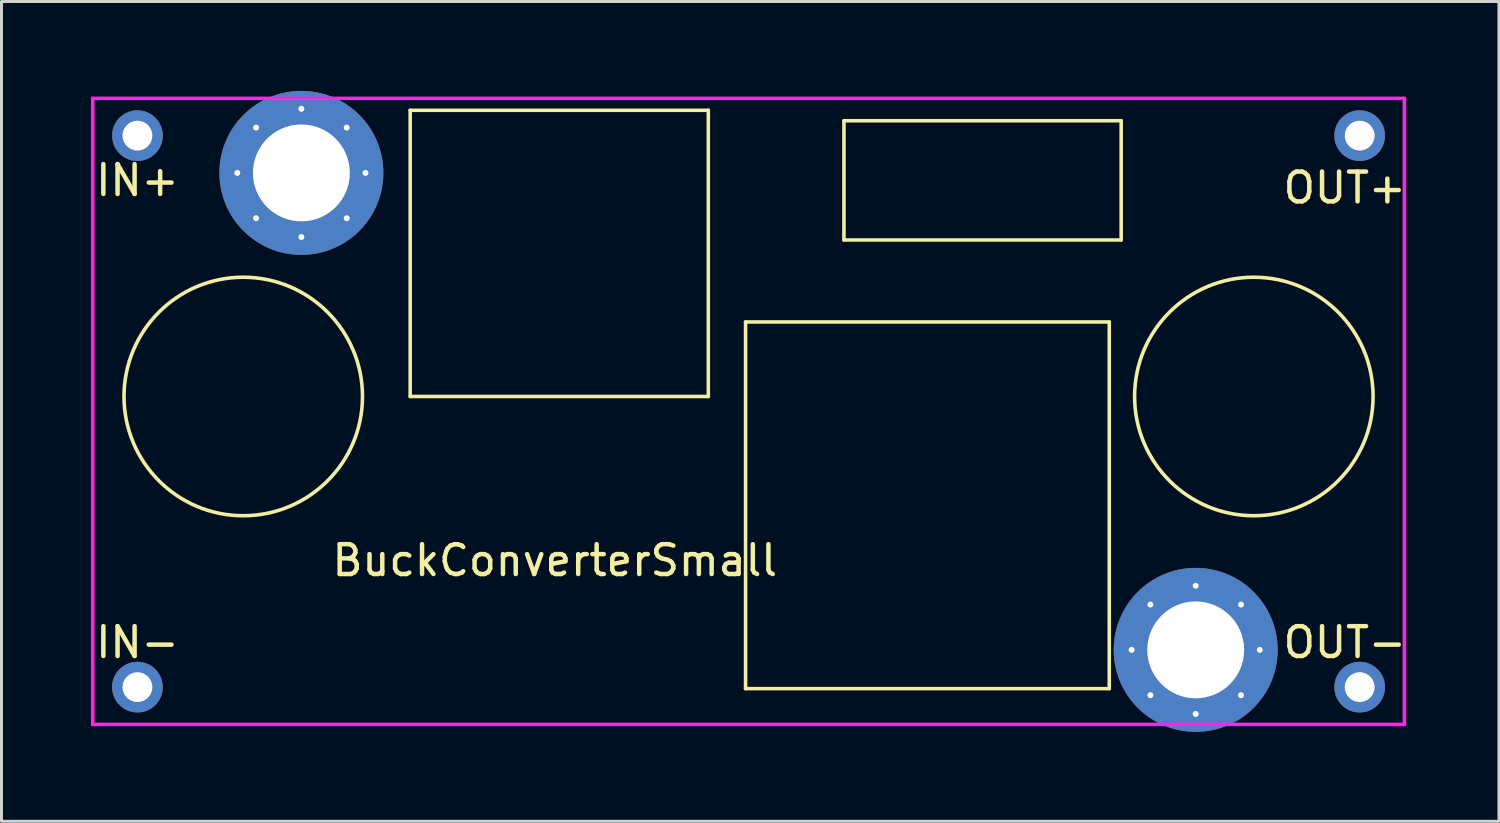
<source format=kicad_pcb>
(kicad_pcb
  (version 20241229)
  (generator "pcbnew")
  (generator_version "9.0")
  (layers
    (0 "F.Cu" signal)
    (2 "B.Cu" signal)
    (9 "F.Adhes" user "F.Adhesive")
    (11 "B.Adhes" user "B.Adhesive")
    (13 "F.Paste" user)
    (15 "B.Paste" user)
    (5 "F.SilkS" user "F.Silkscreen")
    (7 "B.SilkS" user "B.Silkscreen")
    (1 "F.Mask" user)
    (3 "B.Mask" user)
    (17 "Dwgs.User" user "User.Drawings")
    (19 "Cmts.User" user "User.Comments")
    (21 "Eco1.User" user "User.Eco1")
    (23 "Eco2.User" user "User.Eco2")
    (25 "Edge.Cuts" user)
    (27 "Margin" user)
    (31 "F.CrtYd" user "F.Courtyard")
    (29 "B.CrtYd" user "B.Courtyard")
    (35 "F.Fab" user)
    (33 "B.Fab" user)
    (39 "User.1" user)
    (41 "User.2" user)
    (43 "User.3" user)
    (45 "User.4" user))
  (footprint "BuckConverterSmall"
    (layer "F.Cu")
    (at 22.06 10.75)
    (property "Reference" "BuckConverterSmall" (at -6.5 5 0) (layer "F.SilkS") (effects (font (size 1 1) (thickness 0.15))))
    (attr through_hole)
    (fp_line (start -11.35 -10.1) (end -1.35 -10.1) (stroke (width 0.12) (type solid)) (layer "F.SilkS"))
    (fp_line (start -11.35 -0.5) (end -11.35 -10.1) (stroke (width 0.12) (type solid)) (layer "F.SilkS"))
    (fp_line (start -1.35 -10.1) (end -1.35 -0.5) (stroke (width 0.12) (type solid)) (layer "F.SilkS"))
    (fp_line (start -1.35 -0.5) (end -11.35 -0.5) (stroke (width 0.12) (type solid)) (layer "F.SilkS"))
    (fp_line (start -0.1 -3) (end 12.1 -3) (stroke (width 0.12) (type solid)) (layer "F.SilkS"))
    (fp_line (start -0.1 9.3) (end -0.1 -3) (stroke (width 0.12) (type solid)) (layer "F.SilkS"))
    (fp_line (start 3.2 -9.75) (end 12.5 -9.75) (stroke (width 0.12) (type solid)) (layer "F.SilkS"))
    (fp_line (start 3.2 -5.75) (end 3.2 -9.75) (stroke (width 0.12) (type solid)) (layer "F.SilkS"))
    (fp_line (start 12.1 -3) (end 12.1 9.3) (stroke (width 0.12) (type solid)) (layer "F.SilkS"))
    (fp_line (start 12.1 9.3) (end -0.1 9.3) (stroke (width 0.12) (type solid)) (layer "F.SilkS"))
    (fp_line (start 12.5 -9.75) (end 12.5 -5.75) (stroke (width 0.12) (type solid)) (layer "F.SilkS"))
    (fp_line (start 12.5 -5.75) (end 3.2 -5.75) (stroke (width 0.12) (type solid)) (layer "F.SilkS"))
    (fp_circle (center -16.95 -0.5) (end -16.95 3.5) (stroke (width 0.12) (type solid)) (fill no) (layer "F.SilkS"))
    (fp_circle (center 16.95 -0.5) (end 16.95 3.5) (stroke (width 0.12) (type solid)) (fill no) (layer "F.SilkS"))
    (fp_line (start -22 -10.5) (end -22 10.5) (stroke (width 0.12) (type solid)) (layer "F.CrtYd"))
    (fp_line (start -22 10.5) (end 22 10.5) (stroke (width 0.12) (type solid)) (layer "F.CrtYd"))
    (fp_line (start 22 -10.5) (end -22 -10.5) (stroke (width 0.12) (type solid)) (layer "F.CrtYd"))
    (fp_line (start 22 10.5) (end 22 -10.5) (stroke (width 0.12) (type solid)) (layer "F.CrtYd"))
    (fp_text user "OUT-" (at 20 7.75 0) (layer "F.SilkS") (effects (font (size 1 1) (thickness 0.15))))
    (fp_text user "IN+" (at -20.5 -7.75 0) (layer "F.SilkS") (effects (font (size 1 1) (thickness 0.15))))
    (fp_text user "IN-" (at -20.5 7.75 0) (layer "F.SilkS") (effects (font (size 1 1) (thickness 0.15))))
    (fp_text user "OUT+" (at 20 -7.5 0) (layer "F.SilkS") (effects (font (size 1 1) (thickness 0.15))))
    (pad "1" thru_hole circle (at -20.5 -9.25) (size 1.7 1.7) (drill 1) (layers "*.Cu" "*.Mask"))
    (pad "2" thru_hole circle (at -20.5 9.25) (size 1.7 1.7) (drill 1) (layers "*.Cu" "*.Mask"))
    (pad "3" thru_hole circle (at 20.5 -9.25) (size 1.7 1.7) (drill 1) (layers "*.Cu" "*.Mask"))
    (pad "4" thru_hole circle (at 20.5 9.25) (size 1.7 1.7) (drill 1) (layers "*.Cu" "*.Mask"))
    (pad "5" thru_hole circle (at -17.15 -8) (size 0.5 0.5) (drill 0.2) (layers "*.Cu"))
    (pad "5" thru_hole circle (at -16.52 -9.52) (size 0.5 0.5) (drill 0.2) (layers "*.Cu"))
    (pad "5" thru_hole circle (at -16.52 -6.48) (size 0.5 0.5) (drill 0.2) (layers "*.Cu"))
    (pad "5" thru_hole circle (at -15 -10.15) (size 0.5 0.5) (drill 0.2) (layers "*.Cu"))
    (pad "5" thru_hole circle (at -15 -8) (size 5.5 5.5) (drill 3.25) (layers "*.Cu" "*.Mask"))
    (pad "5" thru_hole circle (at -15 -5.85) (size 0.5 0.5) (drill 0.2) (layers "*.Cu"))
    (pad "5" thru_hole circle (at -13.48 -9.52) (size 0.5 0.5) (drill 0.2) (layers "*.Cu"))
    (pad "5" thru_hole circle (at -13.48 -6.48) (size 0.5 0.5) (drill 0.2) (layers "*.Cu"))
    (pad "5" thru_hole circle (at -12.85 -8) (size 0.5 0.5) (drill 0.2) (layers "*.Cu"))
    (pad "5" thru_hole circle (at 12.85 8) (size 0.5 0.5) (drill 0.2) (layers "*.Cu"))
    (pad "5" thru_hole circle (at 13.48 6.48) (size 0.5 0.5) (drill 0.2) (layers "*.Cu"))
    (pad "5" thru_hole circle (at 13.48 9.52) (size 0.5 0.5) (drill 0.2) (layers "*.Cu"))
    (pad "5" thru_hole circle (at 15 5.85) (size 0.5 0.5) (drill 0.2) (layers "*.Cu"))
    (pad "5" thru_hole circle (at 15 8) (size 5.5 5.5) (drill 3.25) (layers "*.Cu" "*.Mask"))
    (pad "5" thru_hole circle (at 15 10.15) (size 0.5 0.5) (drill 0.2) (layers "*.Cu"))
    (pad "5" thru_hole circle (at 16.52 6.48) (size 0.5 0.5) (drill 0.2) (layers "*.Cu"))
    (pad "5" thru_hole circle (at 16.52 9.52) (size 0.5 0.5) (drill 0.2) (layers "*.Cu"))
    (pad "5" thru_hole circle (at 17.15 8) (size 0.5 0.5) (drill 0.2) (layers "*.Cu")))
  (gr_rect
    (start -3 -3)
    (end 47.233 24.5)
    (stroke (width 0.1) (type default))
    (fill no)
    (layer "Edge.Cuts")))
</source>
